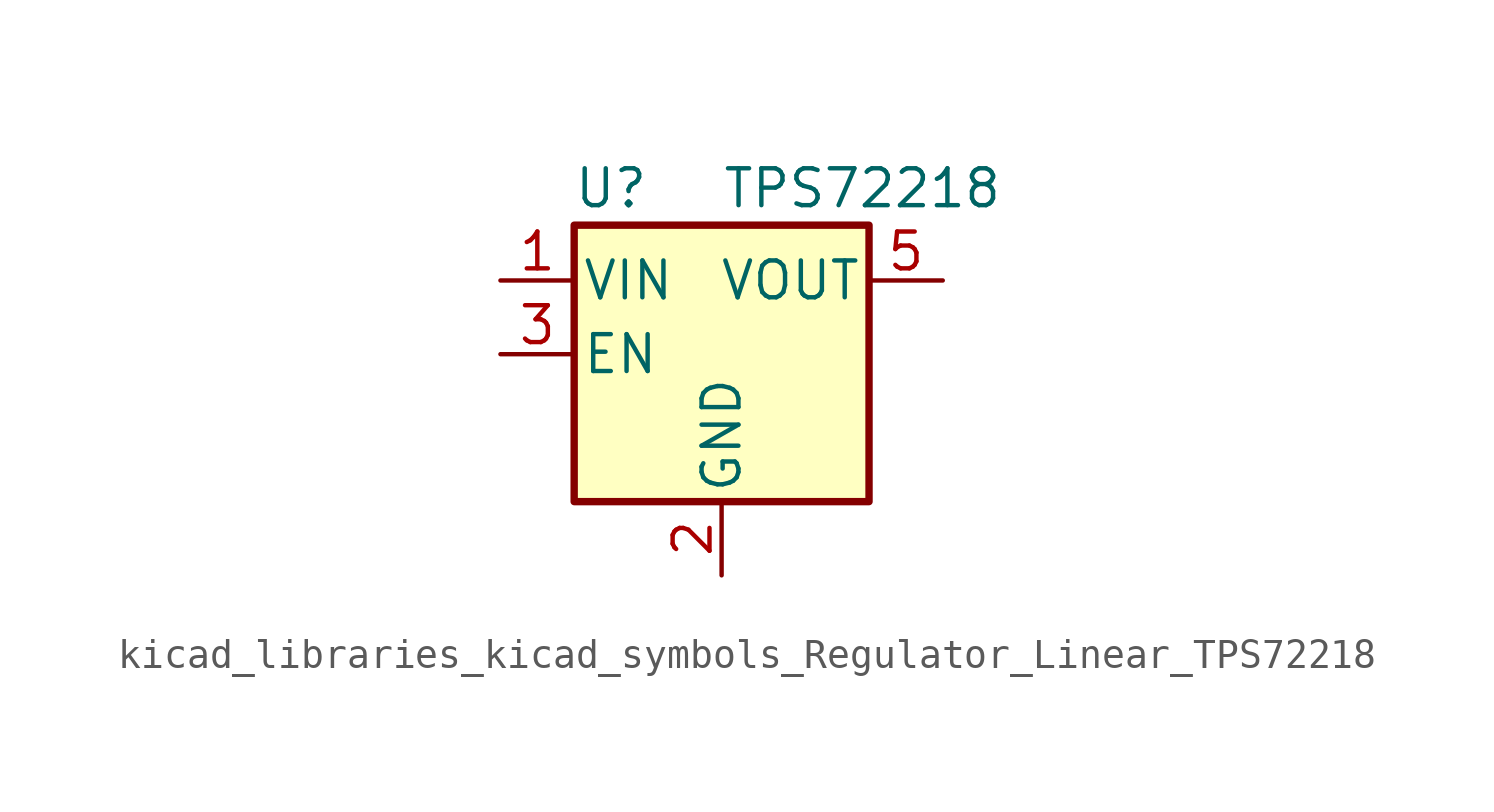
<source format=kicad_sym>
(kicad_symbol_lib
  (version 20220914)
  (generator kicad_symbol_editor)
  (symbol "kicad_libraries_kicad_symbols_Regulator_Linear_TPS72218"
    (pin_names
      (offset 0.254))
    (property "Reference" "U"
      (at -3.81 5.715 0)
      (effects (font (size 1.27 1.27))))
    (property "Value" "TPS72218"
      (at 0 5.715 0)
      (effects (font (size 1.27 1.27)) (justify left)))
    (symbol "kicad_libraries_kicad_symbols_Regulator_Linear_TPS72218_0_1"
      (rectangle (start -5.08 4.445) (end 5.08 -5.08) (stroke (width 0.254) (type default)) (fill (type background))))
    (symbol "kicad_libraries_kicad_symbols_Regulator_Linear_TPS72218_1_1"
      (pin power_in line (at -7.62 2.54 0) (length 2.54) (name "VIN" (effects (font (size 1.27 1.27)))) (number "1" (effects (font (size 1.27 1.27)))))
      (pin power_in line (at 0 -7.62 90) (length 2.54) (name "GND" (effects (font (size 1.27 1.27)))) (number "2" (effects (font (size 1.27 1.27)))))
      (pin input line (at -7.62 0 0) (length 2.54) (name "EN" (effects (font (size 1.27 1.27)))) (number "3" (effects (font (size 1.27 1.27)))))
      (pin no_connect line (at 2.54 0 180) (length 2.54) hide (name "NC" (effects (font (size 1.27 1.27)))) (number "4" (effects (font (size 1.27 1.27)))))
      (pin power_out line (at 7.62 2.54 180) (length 2.54) (name "VOUT" (effects (font (size 1.27 1.27)))) (number "5" (effects (font (size 1.27 1.27))))))))
</source>
